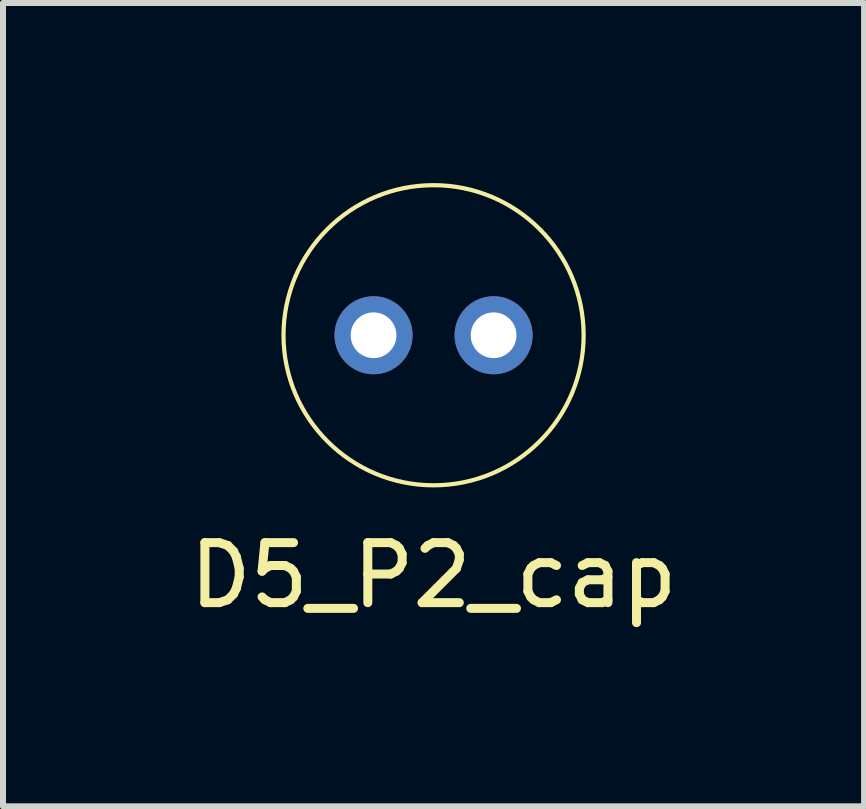
<source format=kicad_pcb>
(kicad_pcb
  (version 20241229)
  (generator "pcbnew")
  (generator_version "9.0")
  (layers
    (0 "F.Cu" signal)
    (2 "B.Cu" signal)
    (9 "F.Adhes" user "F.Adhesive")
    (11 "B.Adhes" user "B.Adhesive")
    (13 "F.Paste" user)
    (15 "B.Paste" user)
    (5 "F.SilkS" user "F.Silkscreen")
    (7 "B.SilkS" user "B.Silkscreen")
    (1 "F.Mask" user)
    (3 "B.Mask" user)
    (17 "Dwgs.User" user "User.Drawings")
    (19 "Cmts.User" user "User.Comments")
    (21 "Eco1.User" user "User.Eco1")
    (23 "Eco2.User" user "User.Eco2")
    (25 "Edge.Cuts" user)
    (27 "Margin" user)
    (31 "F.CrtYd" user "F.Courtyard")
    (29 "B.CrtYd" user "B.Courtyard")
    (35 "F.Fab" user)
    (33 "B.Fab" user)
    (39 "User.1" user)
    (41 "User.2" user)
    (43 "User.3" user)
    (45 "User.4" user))
  (footprint "D5_P2_cap"
    (layer "F.Cu")
    (at 3.173 2.535)
    (property "Reference" "D5_P2_cap" (at 1 4 0) (layer "F.SilkS") (effects (font (size 1 1) (thickness 0.15))))
    (attr through_hole)
    (fp_circle (center 1 0) (end 1 -2.5) (stroke (width 0.07) (type solid)) (fill no) (layer "F.SilkS"))
    (pad "1" thru_hole circle (at 0 0) (size 1.3 1.3) (drill 0.762) (layers "*.Cu" "*.Mask"))
    (pad "2" thru_hole circle (at 2 0) (size 1.3 1.3) (drill 0.762) (layers "*.Cu" "*.Mask")))
  (gr_rect
    (start -3 -3)
    (end 11.345 10.383)
    (stroke (width 0.1) (type default))
    (fill no)
    (layer "Edge.Cuts")))
</source>
